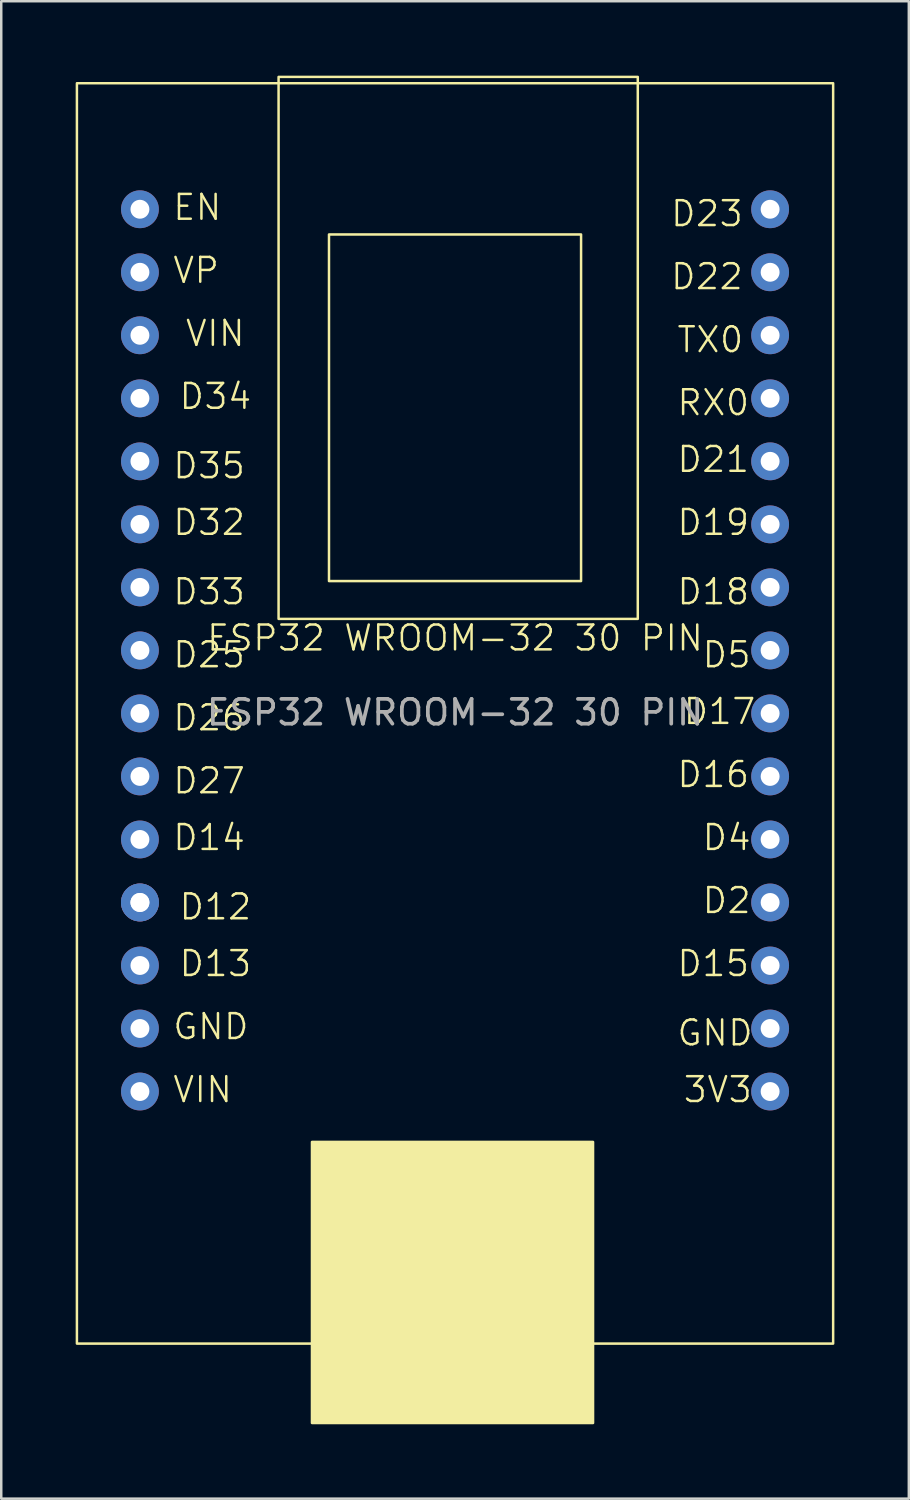
<source format=kicad_pcb>
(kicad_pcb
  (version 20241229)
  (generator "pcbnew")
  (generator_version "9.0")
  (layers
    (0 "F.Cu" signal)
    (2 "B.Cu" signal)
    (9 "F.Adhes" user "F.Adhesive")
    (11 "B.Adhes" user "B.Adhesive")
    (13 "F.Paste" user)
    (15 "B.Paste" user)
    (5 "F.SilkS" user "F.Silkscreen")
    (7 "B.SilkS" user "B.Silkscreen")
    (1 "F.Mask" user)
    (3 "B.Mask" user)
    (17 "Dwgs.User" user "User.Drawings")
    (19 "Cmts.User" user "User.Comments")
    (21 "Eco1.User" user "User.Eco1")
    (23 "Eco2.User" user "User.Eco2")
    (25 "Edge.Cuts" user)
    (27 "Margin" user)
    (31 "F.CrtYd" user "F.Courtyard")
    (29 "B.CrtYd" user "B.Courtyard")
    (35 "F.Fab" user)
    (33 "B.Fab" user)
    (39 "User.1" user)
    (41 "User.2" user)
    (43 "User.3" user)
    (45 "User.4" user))
  (footprint "ESP32 WROOM-32 30 PIN"
    (layer "F.Cu")
    (at 15.29 23.164)
    (property "Reference" "ESP32 WROOM-32 30 PIN" (at 0 -0.5 0) (unlocked yes) (layer "F.SilkS") (effects (font (size 1 1) (thickness 0.1))))
    (attr through_hole)
    (fp_rect (start -15.24 -22.86) (end 15.24 27.94) (stroke (width 0.1) (type default)) (fill no) (layer "F.SilkS"))
    (fp_rect (start -7.112 -23.114) (end 7.366 -1.27) (stroke (width 0.1) (type default)) (fill no) (layer "F.SilkS"))
    (fp_rect (start -5.766 19.812) (end 5.563 31.14) (stroke (width 0.1) (type solid)) (fill yes) (layer "F.SilkS"))
    (fp_rect (start -5.08 -16.764) (end 5.08 -2.794) (stroke (width 0.1) (type default)) (fill no) (layer "F.SilkS"))
    (fp_text user "D17" (at 9.144 3.048 0) (unlocked yes) (layer "F.SilkS") (effects (font (size 1 1) (thickness 0.1)) (justify left bottom)))
    (fp_text user "VP" (at -11.43 -14.732 0) (unlocked yes) (layer "F.SilkS") (effects (font (size 1 1) (thickness 0.1)) (justify left bottom)))
    (fp_text user "D33" (at -11.43 -1.778 0) (unlocked yes) (layer "F.SilkS") (effects (font (size 1 1) (thickness 0.1)) (justify left bottom)))
    (fp_text user "D25" (at -11.43 0.762 0) (unlocked yes) (layer "F.SilkS") (effects (font (size 1 1) (thickness 0.1)) (justify left bottom)))
    (fp_text user "D5" (at 9.906 0.762 0) (unlocked yes) (layer "F.SilkS") (effects (font (size 1 1) (thickness 0.1)) (justify left bottom)))
    (fp_text user "D21" (at 8.89 -7.112 0) (unlocked yes) (layer "F.SilkS") (effects (font (size 1 1) (thickness 0.1)) (justify left bottom)))
    (fp_text user "EN" (at -11.43 -17.272 0) (unlocked yes) (layer "F.SilkS") (effects (font (size 1 1) (thickness 0.1)) (justify left bottom)))
    (fp_text user "D2" (at 9.906 10.668 0) (unlocked yes) (layer "F.SilkS") (effects (font (size 1 1) (thickness 0.1)) (justify left bottom)))
    (fp_text user "VIN" (at -11.43 18.288 0) (unlocked yes) (layer "F.SilkS") (effects (font (size 1 1) (thickness 0.1)) (justify left bottom)))
    (fp_text user "D12" (at -11.176 10.922 0) (unlocked yes) (layer "F.SilkS") (effects (font (size 1 1) (thickness 0.1)) (justify left bottom)))
    (fp_text user "D22" (at 8.636 -14.478 0) (unlocked yes) (layer "F.SilkS") (effects (font (size 1 1) (thickness 0.1)) (justify left bottom)))
    (fp_text user "D13" (at -11.176 13.208 0) (unlocked yes) (layer "F.SilkS") (effects (font (size 1 1) (thickness 0.1)) (justify left bottom)))
    (fp_text user "D35" (at -11.43 -6.858 0) (unlocked yes) (layer "F.SilkS") (effects (font (size 1 1) (thickness 0.1)) (justify left bottom)))
    (fp_text user "3V3" (at 9.144 18.288 0) (unlocked yes) (layer "F.SilkS") (effects (font (size 1 1) (thickness 0.1)) (justify left bottom)))
    (fp_text user "D16" (at 8.89 5.588 0) (unlocked yes) (layer "F.SilkS") (effects (font (size 1 1) (thickness 0.1)) (justify left bottom)))
    (fp_text user "D32" (at -11.43 -4.572 0) (unlocked yes) (layer "F.SilkS") (effects (font (size 1 1) (thickness 0.1)) (justify left bottom)))
    (fp_text user "D26" (at -11.43 3.302 0) (unlocked yes) (layer "F.SilkS") (effects (font (size 1 1) (thickness 0.1)) (justify left bottom)))
    (fp_text user "D15" (at 8.89 13.208 0) (unlocked yes) (layer "F.SilkS") (effects (font (size 1 1) (thickness 0.1)) (justify left bottom)))
    (fp_text user "D14" (at -11.43 8.128 0) (unlocked yes) (layer "F.SilkS") (effects (font (size 1 1) (thickness 0.1)) (justify left bottom)))
    (fp_text user "D34" (at -11.176 -9.652 0) (unlocked yes) (layer "F.SilkS") (effects (font (size 1 1) (thickness 0.1)) (justify left bottom)))
    (fp_text user "TX0" (at 8.89 -11.938 0) (unlocked yes) (layer "F.SilkS") (effects (font (size 1 1) (thickness 0.1)) (justify left bottom)))
    (fp_text user "D27" (at -11.43 5.842 0) (unlocked yes) (layer "F.SilkS") (effects (font (size 1 1) (thickness 0.1)) (justify left bottom)))
    (fp_text user "RX0" (at 8.89 -9.398 0) (unlocked yes) (layer "F.SilkS") (effects (font (size 1 1) (thickness 0.1)) (justify left bottom)))
    (fp_text user "VIN" (at -10.922 -12.192 0) (unlocked yes) (layer "F.SilkS") (effects (font (size 1 1) (thickness 0.1)) (justify left bottom)))
    (fp_text user "D19" (at 8.89 -4.572 0) (unlocked yes) (layer "F.SilkS") (effects (font (size 1 1) (thickness 0.1)) (justify left bottom)))
    (fp_text user "D18" (at 8.89 -1.778 0) (unlocked yes) (layer "F.SilkS") (effects (font (size 1 1) (thickness 0.1)) (justify left bottom)))
    (fp_text user "D23" (at 8.636 -17.018 0) (unlocked yes) (layer "F.SilkS") (effects (font (size 1 1) (thickness 0.1)) (justify left bottom)))
    (fp_text user "GND" (at 8.89 16.002 0) (unlocked yes) (layer "F.SilkS") (effects (font (size 1 1) (thickness 0.1)) (justify left bottom)))
    (fp_text user "GND" (at -11.43 15.748 0) (unlocked yes) (layer "F.SilkS") (effects (font (size 1 1) (thickness 0.1)) (justify left bottom)))
    (fp_text user "D4" (at 9.906 8.128 0) (unlocked yes) (layer "F.SilkS") (effects (font (size 1 1) (thickness 0.1)) (justify left bottom)))
    (fp_text user "${REFERENCE}" (at 0 2.5 0) (unlocked yes) (layer "F.Fab") (effects (font (size 1 1) (thickness 0.15))))
    (pad "14" thru_hole circle (at 12.7 -17.78) (size 1.524 1.524) (drill 0.762) (layers "*.Cu" "*.Mask"))
    (pad "15" thru_hole circle (at 12.7 -15.24) (size 1.524 1.524) (drill 0.762) (layers "*.Cu" "*.Mask"))
    (pad "16" thru_hole circle (at 12.7 -12.7) (size 1.524 1.524) (drill 0.762) (layers "*.Cu" "*.Mask"))
    (pad "17" thru_hole circle (at 12.7 -10.16) (size 1.524 1.524) (drill 0.762) (layers "*.Cu" "*.Mask"))
    (pad "18" thru_hole circle (at 12.7 -7.62) (size 1.524 1.524) (drill 0.762) (layers "*.Cu" "*.Mask"))
    (pad "19" thru_hole circle (at 12.7 -5.08) (size 1.524 1.524) (drill 0.762) (layers "*.Cu" "*.Mask"))
    (pad "20" thru_hole circle (at 12.7 -2.54) (size 1.524 1.524) (drill 0.762) (layers "*.Cu" "*.Mask"))
    (pad "21" thru_hole circle (at 12.7 0) (size 1.524 1.524) (drill 0.762) (layers "*.Cu" "*.Mask"))
    (pad "22" thru_hole circle (at 12.7 2.54) (size 1.524 1.524) (drill 0.762) (layers "*.Cu" "*.Mask"))
    (pad "23" thru_hole circle (at 12.7 5.08) (size 1.524 1.524) (drill 0.762) (layers "*.Cu" "*.Mask"))
    (pad "24" thru_hole circle (at 12.7 7.62) (size 1.524 1.524) (drill 0.762) (layers "*.Cu" "*.Mask"))
    (pad "25" thru_hole circle (at 12.7 10.16) (size 1.524 1.524) (drill 0.762) (layers "*.Cu" "*.Mask"))
    (pad "26" thru_hole circle (at 12.7 12.7) (size 1.524 1.524) (drill 0.762) (layers "*.Cu" "*.Mask"))
    (pad "27" thru_hole circle (at 12.7 15.24) (size 1.524 1.524) (drill 0.762) (layers "*.Cu" "*.Mask"))
    (pad "28" thru_hole circle (at 12.7 17.78) (size 1.524 1.524) (drill 0.762) (layers "*.Cu" "*.Mask"))
    (pad "29" thru_hole circle (at -12.7 -17.78) (size 1.524 1.524) (drill 0.762) (layers "*.Cu" "*.Mask"))
    (pad "30" thru_hole circle (at -12.7 -15.24) (size 1.524 1.524) (drill 0.762) (layers "*.Cu" "*.Mask"))
    (pad "31" thru_hole circle (at -12.7 -12.7) (size 1.524 1.524) (drill 0.762) (layers "*.Cu" "*.Mask"))
    (pad "32" thru_hole circle (at -12.7 -10.16) (size 1.524 1.524) (drill 0.762) (layers "*.Cu" "*.Mask"))
    (pad "33" thru_hole circle (at -12.7 -7.62) (size 1.524 1.524) (drill 0.762) (layers "*.Cu" "*.Mask"))
    (pad "34" thru_hole circle (at -12.7 -5.08) (size 1.524 1.524) (drill 0.762) (layers "*.Cu" "*.Mask"))
    (pad "35" thru_hole circle (at -12.7 -2.54) (size 1.524 1.524) (drill 0.762) (layers "*.Cu" "*.Mask"))
    (pad "36" thru_hole circle (at -12.7 0) (size 1.524 1.524) (drill 0.762) (layers "*.Cu" "*.Mask"))
    (pad "37" thru_hole circle (at -12.7 2.54) (size 1.524 1.524) (drill 0.762) (layers "*.Cu" "*.Mask"))
    (pad "38" thru_hole circle (at -12.7 5.08) (size 1.524 1.524) (drill 0.762) (layers "*.Cu" "*.Mask"))
    (pad "39" thru_hole circle (at -12.7 7.62) (size 1.524 1.524) (drill 0.762) (layers "*.Cu" "*.Mask"))
    (pad "40" thru_hole circle (at -12.7 10.16) (size 1.524 1.524) (drill 0.762) (layers "*.Cu" "*.Mask"))
    (pad "41" thru_hole circle (at -12.7 10.16) (size 1.524 1.524) (drill 0.762) (layers "*.Cu" "*.Mask"))
    (pad "42" thru_hole circle (at -12.7 12.7) (size 1.524 1.524) (drill 0.762) (layers "*.Cu" "*.Mask"))
    (pad "43" thru_hole circle (at -12.7 17.78) (size 1.524 1.524) (drill 0.762) (layers "*.Cu" "*.Mask"))
    (pad "44" thru_hole circle (at -12.7 15.24) (size 1.524 1.524) (drill 0.762) (layers "*.Cu" "*.Mask")))
  (gr_rect
    (start -3 -3)
    (end 33.58 57.354)
    (stroke (width 0.1) (type default))
    (fill no)
    (layer "Edge.Cuts")))
</source>
